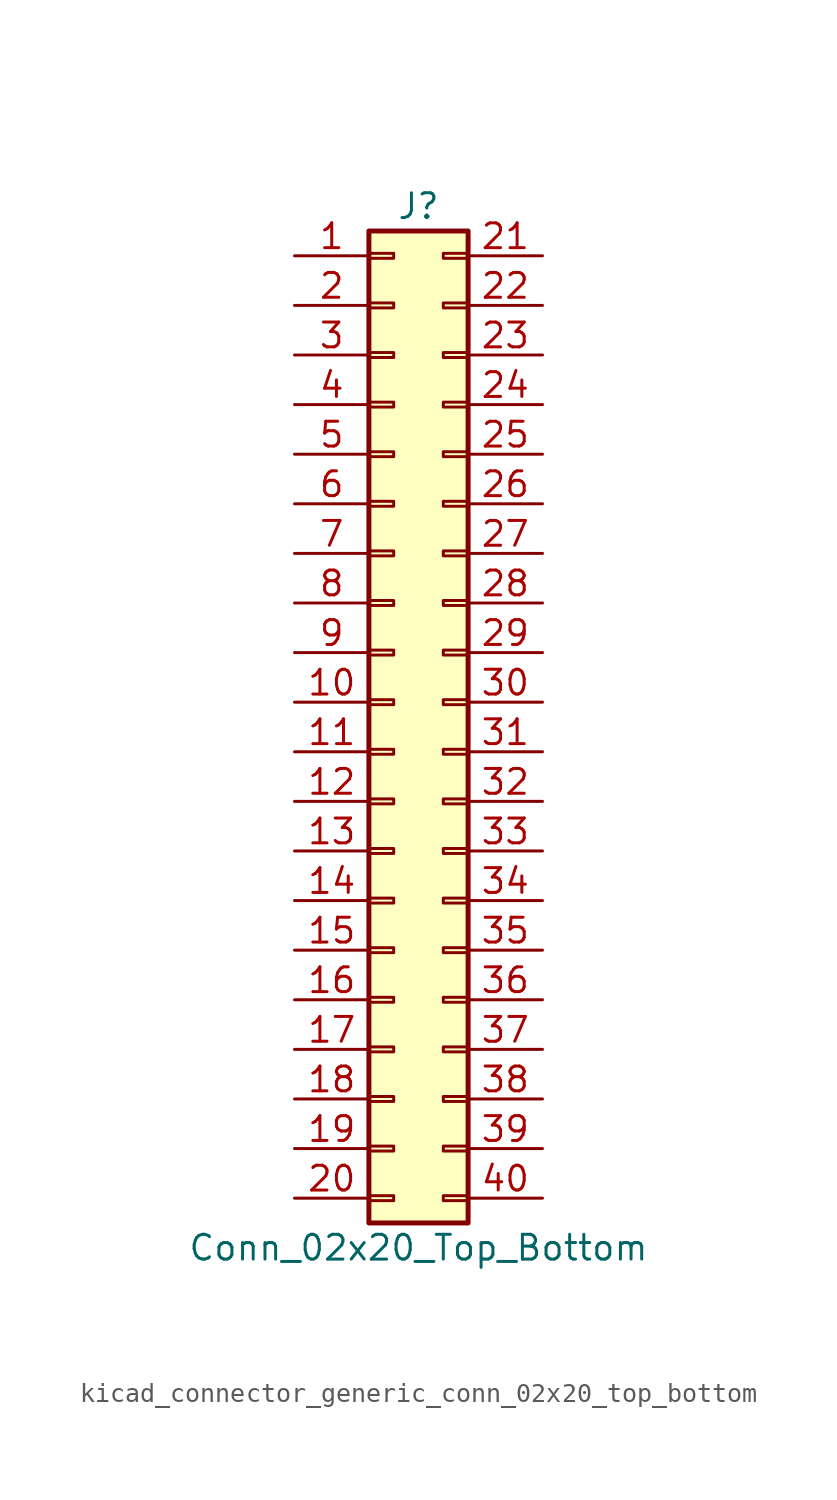
<source format=kicad_sym>
(kicad_symbol_lib
  (version 20220914)
  (generator kicad_symbol_editor)
  (symbol "kicad_connector_generic_conn_02x20_top_bottom"
    (pin_names
      (offset 1.016) hide)
    (property "Reference" "J"
      (at 1.27 25.4 0)
      (effects (font (size 1.27 1.27))))
    (property "Value" "Conn_02x20_Top_Bottom"
      (at 1.27 -27.94 0)
      (effects (font (size 1.27 1.27))))
    (symbol "kicad_connector_generic_conn_02x20_top_bottom_1_1"
      (rectangle (start -1.27 -25.273) (end 0 -25.527) (stroke (width 0.152) (type default)) (fill (type none)))
      (rectangle (start -1.27 -22.733) (end 0 -22.987) (stroke (width 0.152) (type default)) (fill (type none)))
      (rectangle (start -1.27 -20.193) (end 0 -20.447) (stroke (width 0.152) (type default)) (fill (type none)))
      (rectangle (start -1.27 -17.653) (end 0 -17.907) (stroke (width 0.152) (type default)) (fill (type none)))
      (rectangle (start -1.27 -15.113) (end 0 -15.367) (stroke (width 0.152) (type default)) (fill (type none)))
      (rectangle (start -1.27 -12.573) (end 0 -12.827) (stroke (width 0.152) (type default)) (fill (type none)))
      (rectangle (start -1.27 -10.033) (end 0 -10.287) (stroke (width 0.152) (type default)) (fill (type none)))
      (rectangle (start -1.27 -7.493) (end 0 -7.747) (stroke (width 0.152) (type default)) (fill (type none)))
      (rectangle (start -1.27 -4.953) (end 0 -5.207) (stroke (width 0.152) (type default)) (fill (type none)))
      (rectangle (start -1.27 -2.413) (end 0 -2.667) (stroke (width 0.152) (type default)) (fill (type none)))
      (rectangle (start -1.27 0.127) (end 0 -0.127) (stroke (width 0.152) (type default)) (fill (type none)))
      (rectangle (start -1.27 2.667) (end 0 2.413) (stroke (width 0.152) (type default)) (fill (type none)))
      (rectangle (start -1.27 5.207) (end 0 4.953) (stroke (width 0.152) (type default)) (fill (type none)))
      (rectangle (start -1.27 7.747) (end 0 7.493) (stroke (width 0.152) (type default)) (fill (type none)))
      (rectangle (start -1.27 10.287) (end 0 10.033) (stroke (width 0.152) (type default)) (fill (type none)))
      (rectangle (start -1.27 12.827) (end 0 12.573) (stroke (width 0.152) (type default)) (fill (type none)))
      (rectangle (start -1.27 15.367) (end 0 15.113) (stroke (width 0.152) (type default)) (fill (type none)))
      (rectangle (start -1.27 17.907) (end 0 17.653) (stroke (width 0.152) (type default)) (fill (type none)))
      (rectangle (start -1.27 20.447) (end 0 20.193) (stroke (width 0.152) (type default)) (fill (type none)))
      (rectangle (start -1.27 22.987) (end 0 22.733) (stroke (width 0.152) (type default)) (fill (type none)))
      (rectangle (start -1.27 24.13) (end 3.81 -26.67) (stroke (width 0.254) (type default)) (fill (type background)))
      (rectangle (start 3.81 -25.273) (end 2.54 -25.527) (stroke (width 0.152) (type default)) (fill (type none)))
      (rectangle (start 3.81 -22.733) (end 2.54 -22.987) (stroke (width 0.152) (type default)) (fill (type none)))
      (rectangle (start 3.81 -20.193) (end 2.54 -20.447) (stroke (width 0.152) (type default)) (fill (type none)))
      (rectangle (start 3.81 -17.653) (end 2.54 -17.907) (stroke (width 0.152) (type default)) (fill (type none)))
      (rectangle (start 3.81 -15.113) (end 2.54 -15.367) (stroke (width 0.152) (type default)) (fill (type none)))
      (rectangle (start 3.81 -12.573) (end 2.54 -12.827) (stroke (width 0.152) (type default)) (fill (type none)))
      (rectangle (start 3.81 -10.033) (end 2.54 -10.287) (stroke (width 0.152) (type default)) (fill (type none)))
      (rectangle (start 3.81 -7.493) (end 2.54 -7.747) (stroke (width 0.152) (type default)) (fill (type none)))
      (rectangle (start 3.81 -4.953) (end 2.54 -5.207) (stroke (width 0.152) (type default)) (fill (type none)))
      (rectangle (start 3.81 -2.413) (end 2.54 -2.667) (stroke (width 0.152) (type default)) (fill (type none)))
      (rectangle (start 3.81 0.127) (end 2.54 -0.127) (stroke (width 0.152) (type default)) (fill (type none)))
      (rectangle (start 3.81 2.667) (end 2.54 2.413) (stroke (width 0.152) (type default)) (fill (type none)))
      (rectangle (start 3.81 5.207) (end 2.54 4.953) (stroke (width 0.152) (type default)) (fill (type none)))
      (rectangle (start 3.81 7.747) (end 2.54 7.493) (stroke (width 0.152) (type default)) (fill (type none)))
      (rectangle (start 3.81 10.287) (end 2.54 10.033) (stroke (width 0.152) (type default)) (fill (type none)))
      (rectangle (start 3.81 12.827) (end 2.54 12.573) (stroke (width 0.152) (type default)) (fill (type none)))
      (rectangle (start 3.81 15.367) (end 2.54 15.113) (stroke (width 0.152) (type default)) (fill (type none)))
      (rectangle (start 3.81 17.907) (end 2.54 17.653) (stroke (width 0.152) (type default)) (fill (type none)))
      (rectangle (start 3.81 20.447) (end 2.54 20.193) (stroke (width 0.152) (type default)) (fill (type none)))
      (rectangle (start 3.81 22.987) (end 2.54 22.733) (stroke (width 0.152) (type default)) (fill (type none)))
      (pin passive line (at -5.08 22.86 0) (length 3.81) (name "Pin_1" (effects (font (size 1.27 1.27)))) (number "1" (effects (font (size 1.27 1.27)))))
      (pin passive line (at -5.08 0 0) (length 3.81) (name "Pin_10" (effects (font (size 1.27 1.27)))) (number "10" (effects (font (size 1.27 1.27)))))
      (pin passive line (at -5.08 -2.54 0) (length 3.81) (name "Pin_11" (effects (font (size 1.27 1.27)))) (number "11" (effects (font (size 1.27 1.27)))))
      (pin passive line (at -5.08 -5.08 0) (length 3.81) (name "Pin_12" (effects (font (size 1.27 1.27)))) (number "12" (effects (font (size 1.27 1.27)))))
      (pin passive line (at -5.08 -7.62 0) (length 3.81) (name "Pin_13" (effects (font (size 1.27 1.27)))) (number "13" (effects (font (size 1.27 1.27)))))
      (pin passive line (at -5.08 -10.16 0) (length 3.81) (name "Pin_14" (effects (font (size 1.27 1.27)))) (number "14" (effects (font (size 1.27 1.27)))))
      (pin passive line (at -5.08 -12.7 0) (length 3.81) (name "Pin_15" (effects (font (size 1.27 1.27)))) (number "15" (effects (font (size 1.27 1.27)))))
      (pin passive line (at -5.08 -15.24 0) (length 3.81) (name "Pin_16" (effects (font (size 1.27 1.27)))) (number "16" (effects (font (size 1.27 1.27)))))
      (pin passive line (at -5.08 -17.78 0) (length 3.81) (name "Pin_17" (effects (font (size 1.27 1.27)))) (number "17" (effects (font (size 1.27 1.27)))))
      (pin passive line (at -5.08 -20.32 0) (length 3.81) (name "Pin_18" (effects (font (size 1.27 1.27)))) (number "18" (effects (font (size 1.27 1.27)))))
      (pin passive line (at -5.08 -22.86 0) (length 3.81) (name "Pin_19" (effects (font (size 1.27 1.27)))) (number "19" (effects (font (size 1.27 1.27)))))
      (pin passive line (at -5.08 20.32 0) (length 3.81) (name "Pin_2" (effects (font (size 1.27 1.27)))) (number "2" (effects (font (size 1.27 1.27)))))
      (pin passive line (at -5.08 -25.4 0) (length 3.81) (name "Pin_20" (effects (font (size 1.27 1.27)))) (number "20" (effects (font (size 1.27 1.27)))))
      (pin passive line (at 7.62 22.86 180) (length 3.81) (name "Pin_21" (effects (font (size 1.27 1.27)))) (number "21" (effects (font (size 1.27 1.27)))))
      (pin passive line (at 7.62 20.32 180) (length 3.81) (name "Pin_22" (effects (font (size 1.27 1.27)))) (number "22" (effects (font (size 1.27 1.27)))))
      (pin passive line (at 7.62 17.78 180) (length 3.81) (name "Pin_23" (effects (font (size 1.27 1.27)))) (number "23" (effects (font (size 1.27 1.27)))))
      (pin passive line (at 7.62 15.24 180) (length 3.81) (name "Pin_24" (effects (font (size 1.27 1.27)))) (number "24" (effects (font (size 1.27 1.27)))))
      (pin passive line (at 7.62 12.7 180) (length 3.81) (name "Pin_25" (effects (font (size 1.27 1.27)))) (number "25" (effects (font (size 1.27 1.27)))))
      (pin passive line (at 7.62 10.16 180) (length 3.81) (name "Pin_26" (effects (font (size 1.27 1.27)))) (number "26" (effects (font (size 1.27 1.27)))))
      (pin passive line (at 7.62 7.62 180) (length 3.81) (name "Pin_27" (effects (font (size 1.27 1.27)))) (number "27" (effects (font (size 1.27 1.27)))))
      (pin passive line (at 7.62 5.08 180) (length 3.81) (name "Pin_28" (effects (font (size 1.27 1.27)))) (number "28" (effects (font (size 1.27 1.27)))))
      (pin passive line (at 7.62 2.54 180) (length 3.81) (name "Pin_29" (effects (font (size 1.27 1.27)))) (number "29" (effects (font (size 1.27 1.27)))))
      (pin passive line (at -5.08 17.78 0) (length 3.81) (name "Pin_3" (effects (font (size 1.27 1.27)))) (number "3" (effects (font (size 1.27 1.27)))))
      (pin passive line (at 7.62 0 180) (length 3.81) (name "Pin_30" (effects (font (size 1.27 1.27)))) (number "30" (effects (font (size 1.27 1.27)))))
      (pin passive line (at 7.62 -2.54 180) (length 3.81) (name "Pin_31" (effects (font (size 1.27 1.27)))) (number "31" (effects (font (size 1.27 1.27)))))
      (pin passive line (at 7.62 -5.08 180) (length 3.81) (name "Pin_32" (effects (font (size 1.27 1.27)))) (number "32" (effects (font (size 1.27 1.27)))))
      (pin passive line (at 7.62 -7.62 180) (length 3.81) (name "Pin_33" (effects (font (size 1.27 1.27)))) (number "33" (effects (font (size 1.27 1.27)))))
      (pin passive line (at 7.62 -10.16 180) (length 3.81) (name "Pin_34" (effects (font (size 1.27 1.27)))) (number "34" (effects (font (size 1.27 1.27)))))
      (pin passive line (at 7.62 -12.7 180) (length 3.81) (name "Pin_35" (effects (font (size 1.27 1.27)))) (number "35" (effects (font (size 1.27 1.27)))))
      (pin passive line (at 7.62 -15.24 180) (length 3.81) (name "Pin_36" (effects (font (size 1.27 1.27)))) (number "36" (effects (font (size 1.27 1.27)))))
      (pin passive line (at 7.62 -17.78 180) (length 3.81) (name "Pin_37" (effects (font (size 1.27 1.27)))) (number "37" (effects (font (size 1.27 1.27)))))
      (pin passive line (at 7.62 -20.32 180) (length 3.81) (name "Pin_38" (effects (font (size 1.27 1.27)))) (number "38" (effects (font (size 1.27 1.27)))))
      (pin passive line (at 7.62 -22.86 180) (length 3.81) (name "Pin_39" (effects (font (size 1.27 1.27)))) (number "39" (effects (font (size 1.27 1.27)))))
      (pin passive line (at -5.08 15.24 0) (length 3.81) (name "Pin_4" (effects (font (size 1.27 1.27)))) (number "4" (effects (font (size 1.27 1.27)))))
      (pin passive line (at 7.62 -25.4 180) (length 3.81) (name "Pin_40" (effects (font (size 1.27 1.27)))) (number "40" (effects (font (size 1.27 1.27)))))
      (pin passive line (at -5.08 12.7 0) (length 3.81) (name "Pin_5" (effects (font (size 1.27 1.27)))) (number "5" (effects (font (size 1.27 1.27)))))
      (pin passive line (at -5.08 10.16 0) (length 3.81) (name "Pin_6" (effects (font (size 1.27 1.27)))) (number "6" (effects (font (size 1.27 1.27)))))
      (pin passive line (at -5.08 7.62 0) (length 3.81) (name "Pin_7" (effects (font (size 1.27 1.27)))) (number "7" (effects (font (size 1.27 1.27)))))
      (pin passive line (at -5.08 5.08 0) (length 3.81) (name "Pin_8" (effects (font (size 1.27 1.27)))) (number "8" (effects (font (size 1.27 1.27)))))
      (pin passive line (at -5.08 2.54 0) (length 3.81) (name "Pin_9" (effects (font (size 1.27 1.27)))) (number "9" (effects (font (size 1.27 1.27))))))))
</source>
